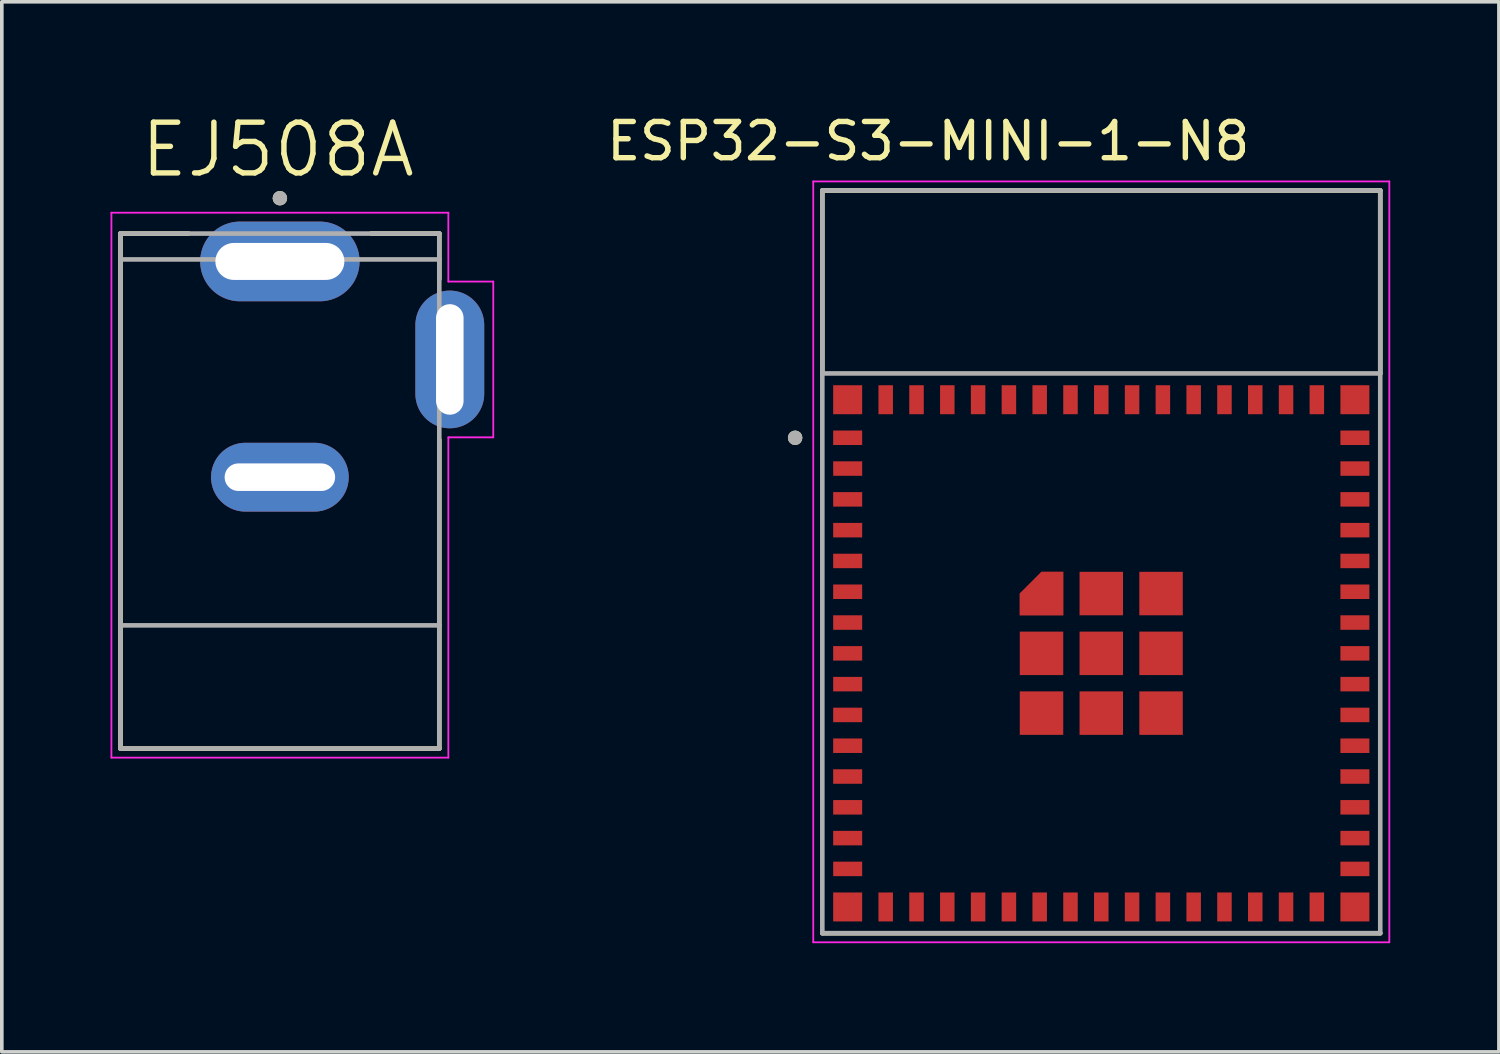
<source format=kicad_pcb>
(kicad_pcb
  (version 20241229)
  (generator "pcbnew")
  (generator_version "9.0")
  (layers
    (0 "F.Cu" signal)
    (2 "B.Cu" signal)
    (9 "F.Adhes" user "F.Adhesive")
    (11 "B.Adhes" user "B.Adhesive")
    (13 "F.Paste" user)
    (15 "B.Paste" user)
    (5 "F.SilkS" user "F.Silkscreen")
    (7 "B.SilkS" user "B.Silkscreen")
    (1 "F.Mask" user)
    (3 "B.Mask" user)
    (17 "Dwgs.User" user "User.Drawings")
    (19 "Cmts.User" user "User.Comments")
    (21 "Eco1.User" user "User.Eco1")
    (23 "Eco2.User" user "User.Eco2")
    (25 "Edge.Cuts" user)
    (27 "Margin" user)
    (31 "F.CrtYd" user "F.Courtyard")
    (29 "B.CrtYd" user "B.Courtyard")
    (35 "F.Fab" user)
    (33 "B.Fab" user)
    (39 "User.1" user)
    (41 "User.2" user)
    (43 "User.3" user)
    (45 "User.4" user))
  (footprint "ESP32-S3-MINI-1-N8"
    (layer "F.Cu")
    (at 27.347 14.983)
    (property "Reference" "ESP32-S3-MINI-1-N8" (at -4.775 -14.135 0) (layer "F.SilkS") (effects (font (size 1 1) (thickness 0.15))))
    (attr smd)
    (fp_poly (pts (xy -2.35 -0.95) (xy -0.95 -0.95) (xy -0.95 -2.35) (xy -1.7 -2.35) (xy -2.35 -1.7)) (stroke (width 0.01) (type solid)) (fill yes) (layer "F.Mask"))
    (fp_line (start -7.7 -12.775) (end 7.7 -12.775) (stroke (width 0.127) (type solid)) (layer "F.SilkS"))
    (fp_line (start -7.7 -7.725) (end -7.7 -12.775) (stroke (width 0.127) (type solid)) (layer "F.SilkS"))
    (fp_line (start 7.7 -12.775) (end 7.7 -7.725) (stroke (width 0.127) (type solid)) (layer "F.SilkS"))
    (fp_line (start 7.7 7.725) (end -7.7 7.725) (stroke (width 0.127) (type solid)) (layer "F.SilkS"))
    (fp_circle (center -8.45 -5.95) (end -8.35 -5.95) (stroke (width 0.2) (type solid)) (fill no) (layer "F.SilkS"))
    (fp_poly (pts (xy -2.25 -1.05) (xy -1.05 -1.05) (xy -1.05 -2.25) (xy -1.65 -2.25) (xy -2.25 -1.65)) (stroke (width 0.01) (type solid)) (fill yes) (layer "F.Paste"))
    (fp_line (start -7.95 -13.025) (end -7.95 7.975) (stroke (width 0.05) (type solid)) (layer "F.CrtYd"))
    (fp_line (start -7.95 7.975) (end 7.95 7.975) (stroke (width 0.05) (type solid)) (layer "F.CrtYd"))
    (fp_line (start 7.95 -13.025) (end -7.95 -13.025) (stroke (width 0.05) (type solid)) (layer "F.CrtYd"))
    (fp_line (start 7.95 7.975) (end 7.95 -13.025) (stroke (width 0.05) (type solid)) (layer "F.CrtYd"))
    (fp_line (start -7.7 -12.775) (end 7.7 -12.775) (stroke (width 0.127) (type solid)) (layer "F.Fab"))
    (fp_line (start -7.7 -7.725) (end -7.7 -12.775) (stroke (width 0.127) (type solid)) (layer "F.Fab"))
    (fp_line (start -7.7 -7.725) (end 7.7 -7.725) (stroke (width 0.127) (type solid)) (layer "F.Fab"))
    (fp_line (start -7.7 7.725) (end -7.7 -7.725) (stroke (width 0.127) (type solid)) (layer "F.Fab"))
    (fp_line (start 7.7 -12.775) (end 7.7 -7.725) (stroke (width 0.127) (type solid)) (layer "F.Fab"))
    (fp_line (start 7.7 -7.725) (end 7.7 7.725) (stroke (width 0.127) (type solid)) (layer "F.Fab"))
    (fp_line (start 7.7 7.725) (end -7.7 7.725) (stroke (width 0.127) (type solid)) (layer "F.Fab"))
    (fp_circle (center -8.45 -5.95) (end -8.35 -5.95) (stroke (width 0.2) (type solid)) (fill no) (layer "F.Fab"))
    (pad "1" smd rect (at -7 -5.95) (size 0.8 0.4) (layers "F.Cu" "F.Mask" "F.Paste"))
    (pad "2" smd rect (at -7 -5.1) (size 0.8 0.4) (layers "F.Cu" "F.Mask" "F.Paste"))
    (pad "3" smd rect (at -7 -4.25) (size 0.8 0.4) (layers "F.Cu" "F.Mask" "F.Paste"))
    (pad "4" smd rect (at -7 -3.4) (size 0.8 0.4) (layers "F.Cu" "F.Mask" "F.Paste"))
    (pad "5" smd rect (at -7 -2.55) (size 0.8 0.4) (layers "F.Cu" "F.Mask" "F.Paste"))
    (pad "6" smd rect (at -7 -1.7) (size 0.8 0.4) (layers "F.Cu" "F.Mask" "F.Paste"))
    (pad "7" smd rect (at -7 -0.85) (size 0.8 0.4) (layers "F.Cu" "F.Mask" "F.Paste"))
    (pad "8" smd rect (at -7 0) (size 0.8 0.4) (layers "F.Cu" "F.Mask" "F.Paste"))
    (pad "9" smd rect (at -7 0.85) (size 0.8 0.4) (layers "F.Cu" "F.Mask" "F.Paste"))
    (pad "10" smd rect (at -7 1.7) (size 0.8 0.4) (layers "F.Cu" "F.Mask" "F.Paste"))
    (pad "11" smd rect (at -7 2.55) (size 0.8 0.4) (layers "F.Cu" "F.Mask" "F.Paste"))
    (pad "12" smd rect (at -7 3.4) (size 0.8 0.4) (layers "F.Cu" "F.Mask" "F.Paste"))
    (pad "13" smd rect (at -7 4.25) (size 0.8 0.4) (layers "F.Cu" "F.Mask" "F.Paste"))
    (pad "14" smd rect (at -7 5.1) (size 0.8 0.4) (layers "F.Cu" "F.Mask" "F.Paste"))
    (pad "15" smd rect (at -7 5.95) (size 0.8 0.4) (layers "F.Cu" "F.Mask" "F.Paste"))
    (pad "16" smd rect (at -5.95 7) (size 0.4 0.8) (layers "F.Cu" "F.Mask" "F.Paste"))
    (pad "17" smd rect (at -5.1 7) (size 0.4 0.8) (layers "F.Cu" "F.Mask" "F.Paste"))
    (pad "18" smd rect (at -4.25 7) (size 0.4 0.8) (layers "F.Cu" "F.Mask" "F.Paste"))
    (pad "19" smd rect (at -3.4 7) (size 0.4 0.8) (layers "F.Cu" "F.Mask" "F.Paste"))
    (pad "20" smd rect (at -2.55 7) (size 0.4 0.8) (layers "F.Cu" "F.Mask" "F.Paste"))
    (pad "21" smd rect (at -1.7 7) (size 0.4 0.8) (layers "F.Cu" "F.Mask" "F.Paste"))
    (pad "22" smd rect (at -0.85 7) (size 0.4 0.8) (layers "F.Cu" "F.Mask" "F.Paste"))
    (pad "23" smd rect (at 0 7) (size 0.4 0.8) (layers "F.Cu" "F.Mask" "F.Paste"))
    (pad "24" smd rect (at 0.85 7) (size 0.4 0.8) (layers "F.Cu" "F.Mask" "F.Paste"))
    (pad "25" smd rect (at 1.7 7) (size 0.4 0.8) (layers "F.Cu" "F.Mask" "F.Paste"))
    (pad "26" smd rect (at 2.55 7) (size 0.4 0.8) (layers "F.Cu" "F.Mask" "F.Paste"))
    (pad "27" smd rect (at 3.4 7) (size 0.4 0.8) (layers "F.Cu" "F.Mask" "F.Paste"))
    (pad "28" smd rect (at 4.25 7) (size 0.4 0.8) (layers "F.Cu" "F.Mask" "F.Paste"))
    (pad "29" smd rect (at 5.1 7) (size 0.4 0.8) (layers "F.Cu" "F.Mask" "F.Paste"))
    (pad "30" smd rect (at 5.95 7) (size 0.4 0.8) (layers "F.Cu" "F.Mask" "F.Paste"))
    (pad "31" smd rect (at 7 5.95) (size 0.8 0.4) (layers "F.Cu" "F.Mask" "F.Paste"))
    (pad "32" smd rect (at 7 5.1) (size 0.8 0.4) (layers "F.Cu" "F.Mask" "F.Paste"))
    (pad "33" smd rect (at 7 4.25) (size 0.8 0.4) (layers "F.Cu" "F.Mask" "F.Paste"))
    (pad "34" smd rect (at 7 3.4) (size 0.8 0.4) (layers "F.Cu" "F.Mask" "F.Paste"))
    (pad "35" smd rect (at 7 2.55) (size 0.8 0.4) (layers "F.Cu" "F.Mask" "F.Paste"))
    (pad "36" smd rect (at 7 1.7) (size 0.8 0.4) (layers "F.Cu" "F.Mask" "F.Paste"))
    (pad "37" smd rect (at 7 0.85) (size 0.8 0.4) (layers "F.Cu" "F.Mask" "F.Paste"))
    (pad "38" smd rect (at 7 0) (size 0.8 0.4) (layers "F.Cu" "F.Mask" "F.Paste"))
    (pad "39" smd rect (at 7 -0.85) (size 0.8 0.4) (layers "F.Cu" "F.Mask" "F.Paste"))
    (pad "40" smd rect (at 7 -1.7) (size 0.8 0.4) (layers "F.Cu" "F.Mask" "F.Paste"))
    (pad "41" smd rect (at 7 -2.55) (size 0.8 0.4) (layers "F.Cu" "F.Mask" "F.Paste"))
    (pad "42" smd rect (at 7 -3.4) (size 0.8 0.4) (layers "F.Cu" "F.Mask" "F.Paste"))
    (pad "43" smd rect (at 7 -4.25) (size 0.8 0.4) (layers "F.Cu" "F.Mask" "F.Paste"))
    (pad "44" smd rect (at 7 -5.1) (size 0.8 0.4) (layers "F.Cu" "F.Mask" "F.Paste"))
    (pad "45" smd rect (at 7 -5.95) (size 0.8 0.4) (layers "F.Cu" "F.Mask" "F.Paste"))
    (pad "46" smd rect (at 5.95 -7) (size 0.4 0.8) (layers "F.Cu" "F.Mask" "F.Paste"))
    (pad "47" smd rect (at 5.1 -7) (size 0.4 0.8) (layers "F.Cu" "F.Mask" "F.Paste"))
    (pad "48" smd rect (at 4.25 -7) (size 0.4 0.8) (layers "F.Cu" "F.Mask" "F.Paste"))
    (pad "49" smd rect (at 3.4 -7) (size 0.4 0.8) (layers "F.Cu" "F.Mask" "F.Paste"))
    (pad "50" smd rect (at 2.55 -7) (size 0.4 0.8) (layers "F.Cu" "F.Mask" "F.Paste"))
    (pad "51" smd rect (at 1.7 -7) (size 0.4 0.8) (layers "F.Cu" "F.Mask" "F.Paste"))
    (pad "52" smd rect (at 0.85 -7) (size 0.4 0.8) (layers "F.Cu" "F.Mask" "F.Paste"))
    (pad "53" smd rect (at 0 -7) (size 0.4 0.8) (layers "F.Cu" "F.Mask" "F.Paste"))
    (pad "54" smd rect (at -0.85 -7) (size 0.4 0.8) (layers "F.Cu" "F.Mask" "F.Paste"))
    (pad "55" smd rect (at -1.7 -7) (size 0.4 0.8) (layers "F.Cu" "F.Mask" "F.Paste"))
    (pad "56" smd rect (at -2.55 -7) (size 0.4 0.8) (layers "F.Cu" "F.Mask" "F.Paste"))
    (pad "57" smd rect (at -3.4 -7) (size 0.4 0.8) (layers "F.Cu" "F.Mask" "F.Paste"))
    (pad "58" smd rect (at -4.25 -7) (size 0.4 0.8) (layers "F.Cu" "F.Mask" "F.Paste"))
    (pad "59" smd rect (at -5.1 -7) (size 0.4 0.8) (layers "F.Cu" "F.Mask" "F.Paste"))
    (pad "60" smd rect (at -5.95 -7) (size 0.4 0.8) (layers "F.Cu" "F.Mask" "F.Paste"))
    (pad "61" smd rect (at 0 0) (size 1.2 1.2) (layers "F.Cu" "F.Mask" "F.Paste"))
    (pad "61_1" smd custom (at -1.65 -1.65) (size 0.4 0.4) (layers "F.Cu") (options (anchor rect)) (primitives (gr_poly (pts (xy -0.6 0.6) (xy 0.6 0.6) (xy 0.6 -0.6) (xy 0 -0.6) (xy -0.6 0)) (width 0.01) (fill yes))))
    (pad "61_2" smd rect (at 0 -1.65) (size 1.2 1.2) (layers "F.Cu" "F.Mask" "F.Paste"))
    (pad "61_3" smd rect (at 1.65 -1.65) (size 1.2 1.2) (layers "F.Cu" "F.Mask" "F.Paste"))
    (pad "61_4" smd rect (at 1.65 0) (size 1.2 1.2) (layers "F.Cu" "F.Mask" "F.Paste"))
    (pad "61_5" smd rect (at 1.65 1.65) (size 1.2 1.2) (layers "F.Cu" "F.Mask" "F.Paste"))
    (pad "61_6" smd rect (at 0 1.65) (size 1.2 1.2) (layers "F.Cu" "F.Mask" "F.Paste"))
    (pad "61_7" smd rect (at -1.65 1.65) (size 1.2 1.2) (layers "F.Cu" "F.Mask" "F.Paste"))
    (pad "61_8" smd rect (at -1.65 0) (size 1.2 1.2) (layers "F.Cu" "F.Mask" "F.Paste"))
    (pad "62" smd rect (at -7 -7) (size 0.8 0.8) (layers "F.Cu" "F.Mask" "F.Paste"))
    (pad "63" smd rect (at -7 7) (size 0.8 0.8) (layers "F.Cu" "F.Mask" "F.Paste"))
    (pad "64" smd rect (at 7 7) (size 0.8 0.8) (layers "F.Cu" "F.Mask" "F.Paste"))
    (pad "65" smd rect (at 7 -7) (size 0.8 0.8) (layers "F.Cu" "F.Mask" "F.Paste"))
    (zone (net_name "") (layer "F.Cu") (hatch full 0.508) (connect_pads) (min_thickness 0.01) (filled_areas_thickness no) (keepout (tracks not_allowed) (vias not_allowed) (pads not_allowed) (copperpour not_allowed) (footprints allowed)) (placement (enabled no)) (fill) (polygon (pts (xy 19.647 2.208) (xy 35.047 2.208) (xy 35.047 7.258) (xy 19.647 7.258))))
    (zone (net_name "") (layers "F.Cu" "B.Cu") (hatch full 0.508) (connect_pads) (min_thickness 0.01) (filled_areas_thickness no) (keepout (tracks allowed) (vias not_allowed) (pads allowed) (copperpour allowed) (footprints allowed)) (placement (enabled no)) (fill) (polygon (pts (xy 19.647 2.208) (xy 35.047 2.208) (xy 35.047 7.258) (xy 19.647 7.258))))
    (zone (net_name "") (layer "B.Cu") (hatch full 0.508) (connect_pads) (min_thickness 0.01) (filled_areas_thickness no) (keepout (tracks not_allowed) (vias not_allowed) (pads not_allowed) (copperpour not_allowed) (footprints allowed)) (placement (enabled no)) (fill) (polygon (pts (xy 19.647 2.208) (xy 35.047 2.208) (xy 35.047 7.258) (xy 19.647 7.258)))))
  (footprint "EJ508A"
    (layer "F.Cu")
    (at 4.675 6.871)
    (property "Reference" "EJ508A" (at -0.055 -5.789 0) (layer "F.SilkS") (effects (font (size 1.4 1.4) (thickness 0.15))))
    (attr through_hole)
    (fp_line (start -4.4 -3.475) (end -4.4 10.74) (stroke (width 0.127) (type solid)) (layer "F.SilkS"))
    (fp_line (start -4.4 10.74) (end 4.4 10.74) (stroke (width 0.127) (type solid)) (layer "F.SilkS"))
    (fp_line (start -2.52 -3.475) (end -4.4 -3.475) (stroke (width 0.127) (type solid)) (layer "F.SilkS"))
    (fp_line (start 2.52 -3.475) (end 4.4 -3.475) (stroke (width 0.127) (type solid)) (layer "F.SilkS"))
    (fp_line (start 4.4 -3.475) (end 4.4 -2.22) (stroke (width 0.127) (type solid)) (layer "F.SilkS"))
    (fp_line (start 4.4 10.74) (end 4.4 2.22) (stroke (width 0.127) (type solid)) (layer "F.SilkS"))
    (fp_circle (center 0 -4.45) (end 0.1 -4.45) (stroke (width 0.2) (type solid)) (fill no) (layer "F.SilkS"))
    (fp_line (start -4.65 -4.05) (end -4.65 10.99) (stroke (width 0.05) (type solid)) (layer "F.CrtYd"))
    (fp_line (start -4.65 10.99) (end 4.65 10.99) (stroke (width 0.05) (type solid)) (layer "F.CrtYd"))
    (fp_line (start 4.65 -4.05) (end -4.65 -4.05) (stroke (width 0.05) (type solid)) (layer "F.CrtYd"))
    (fp_line (start 4.65 -4.05) (end 4.65 -2.15) (stroke (width 0.05) (type solid)) (layer "F.CrtYd"))
    (fp_line (start 4.65 -2.15) (end 5.89 -2.15) (stroke (width 0.05) (type solid)) (layer "F.CrtYd"))
    (fp_line (start 4.65 2.15) (end 4.65 10.99) (stroke (width 0.05) (type solid)) (layer "F.CrtYd"))
    (fp_line (start 5.89 -2.15) (end 5.89 2.15) (stroke (width 0.05) (type solid)) (layer "F.CrtYd"))
    (fp_line (start 5.89 2.15) (end 4.65 2.15) (stroke (width 0.05) (type solid)) (layer "F.CrtYd"))
    (fp_line (start -4.4 -3.475) (end -4.4 -2.76) (stroke (width 0.127) (type solid)) (layer "F.Fab"))
    (fp_line (start -4.4 -2.76) (end -4.4 7.34) (stroke (width 0.127) (type solid)) (layer "F.Fab"))
    (fp_line (start -4.4 -2.76) (end 4.4 -2.76) (stroke (width 0.127) (type solid)) (layer "F.Fab"))
    (fp_line (start -4.4 7.34) (end -4.4 10.74) (stroke (width 0.127) (type solid)) (layer "F.Fab"))
    (fp_line (start -4.4 7.34) (end 4.4 7.34) (stroke (width 0.127) (type solid)) (layer "F.Fab"))
    (fp_line (start -4.4 10.74) (end 4.4 10.74) (stroke (width 0.127) (type solid)) (layer "F.Fab"))
    (fp_line (start 4.4 -3.475) (end -4.4 -3.475) (stroke (width 0.127) (type solid)) (layer "F.Fab"))
    (fp_line (start 4.4 -2.76) (end 4.4 -3.475) (stroke (width 0.127) (type solid)) (layer "F.Fab"))
    (fp_line (start 4.4 7.34) (end 4.4 -2.76) (stroke (width 0.127) (type solid)) (layer "F.Fab"))
    (fp_line (start 4.4 10.74) (end 4.4 7.34) (stroke (width 0.127) (type solid)) (layer "F.Fab"))
    (fp_circle (center 0 -4.45) (end 0.1 -4.45) (stroke (width 0.2) (type solid)) (fill no) (layer "F.Fab"))
    (pad "1" thru_hole oval (at 0 -2.705) (size 4.4 2.2) (drill oval 3.56 1.02) (layers "*.Cu" "*.Mask"))
    (pad "2" thru_hole oval (at 0 3.25) (size 3.8 1.9) (drill oval 3.05 0.76) (layers "*.Cu" "*.Mask"))
    (pad "3" thru_hole oval (at 4.69 0) (size 1.9 3.8) (drill oval 0.76 3.05) (layers "*.Cu" "*.Mask")))
  (gr_rect
    (start -3 -3)
    (end 38.322 25.983)
    (stroke (width 0.1) (type default))
    (fill no)
    (layer "Edge.Cuts")))
</source>
